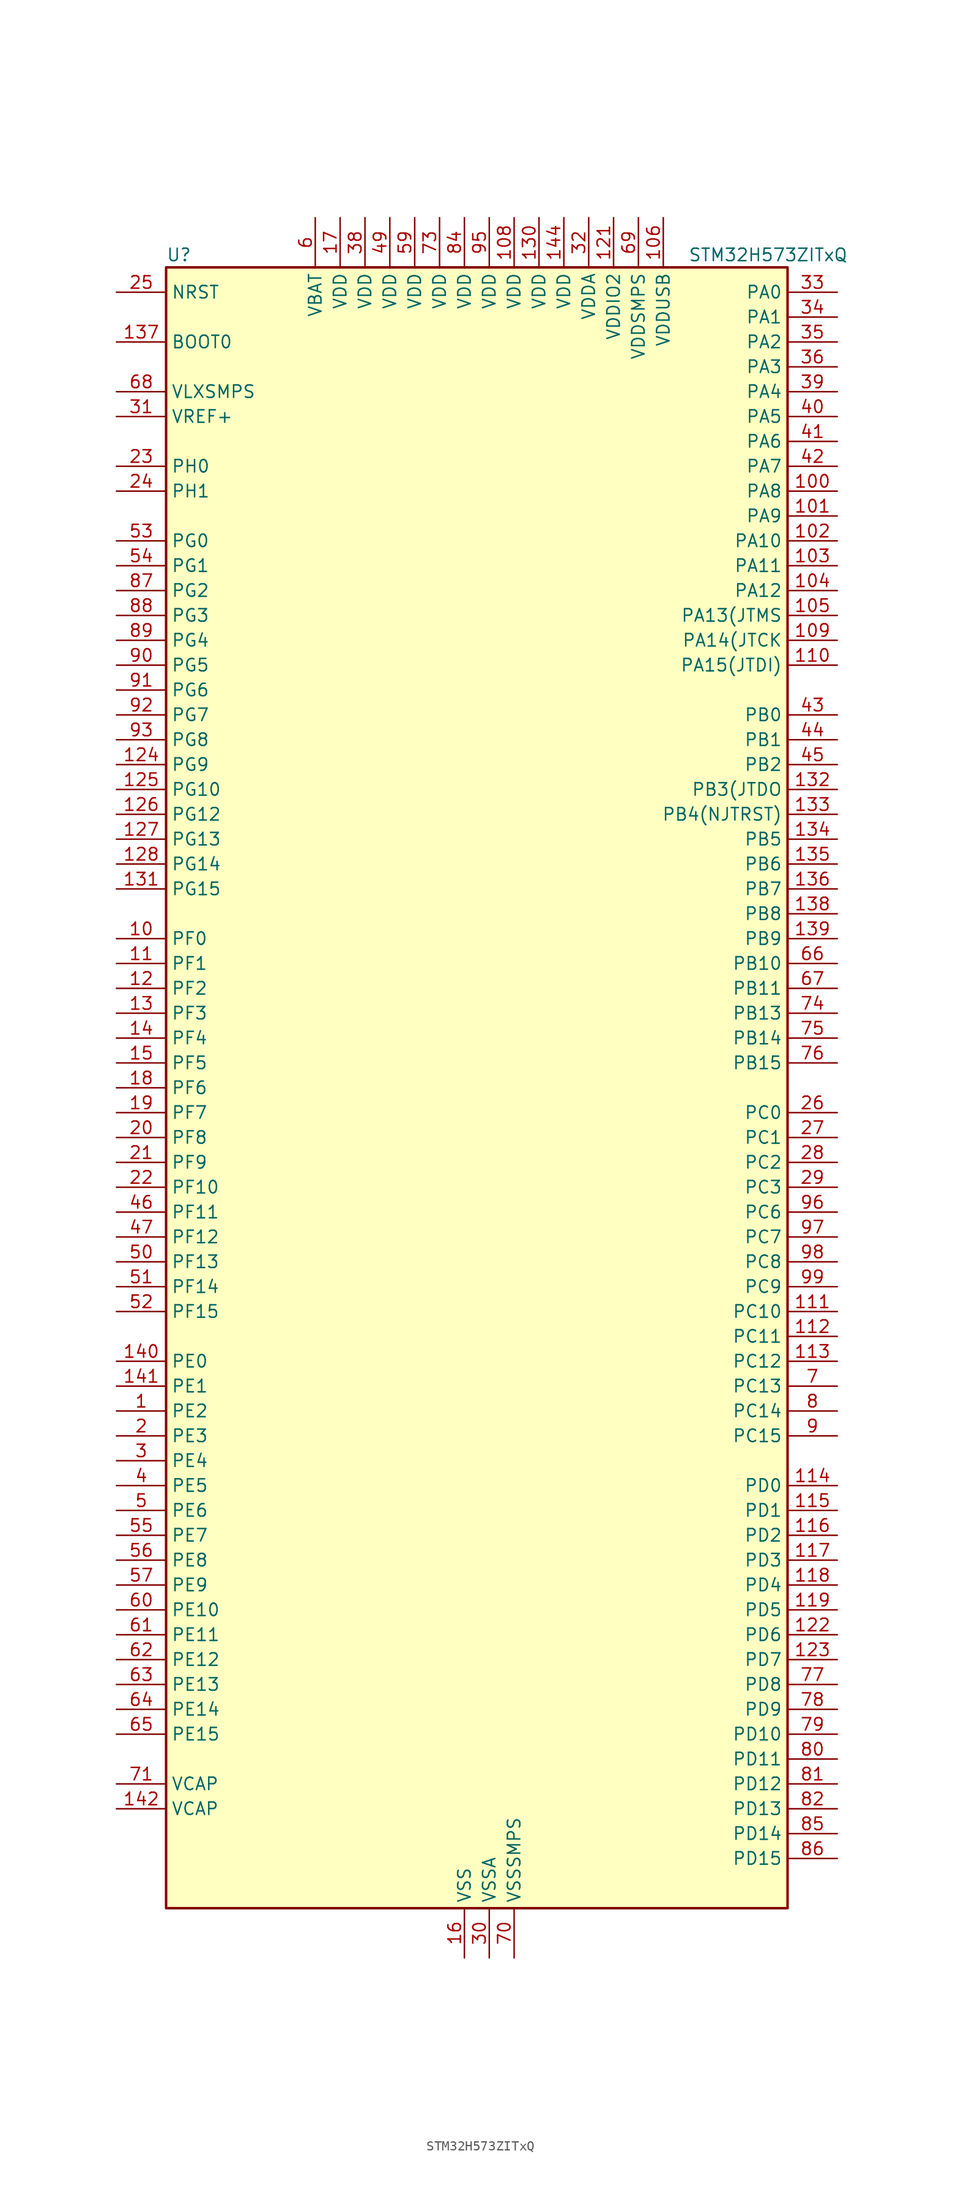
<source format=kicad_sym>
(kicad_symbol_lib
  (version 20231120)
  (generator "kicad-library-utils")
  (generator_version "8.0")
  (symbol "STM32H573ZITxQ"
    (property "Reference" "U"
      (at -30.48 85.09 0)
      (effects (font (size 1.27 1.27)) (justify left)))
    (property "Value" "STM32H573ZITxQ"
      (at 22.86 85.09 0)
      (effects (font (size 1.27 1.27)) (justify left)))
    (symbol "STM32H573ZITxQ_0_1"
      (rectangle (start -30.48 -83.82) (end 33.02 83.82) (stroke (width 0.254) (type default)) (fill (type background))))
    (symbol "STM32H573ZITxQ_1_1"
      (pin bidirectional line (at -35.56 -33.02 0) (length 5.08) (name "PE2" (effects (font (size 1.27 1.27)))) (number "1" (effects (font (size 1.27 1.27)))) (alternate "DCMI_D3" bidirectional line) (alternate "DEBUG_TRACECLK" bidirectional line) (alternate "ETH_TXD3" bidirectional line) (alternate "FMC_A23" bidirectional line) (alternate "LPTIM1_IN2" bidirectional line) (alternate "OCTOSPI1_IO2" bidirectional line) (alternate "PSSI_D3" bidirectional line) (alternate "SAI1_CK1" bidirectional line) (alternate "SAI1_MCLK_A" bidirectional line) (alternate "SPI4_SCK" bidirectional line) (alternate "UART8_TX" bidirectional line) (alternate "USART10_RX" bidirectional line))
      (pin bidirectional line (at -35.56 15.24 0) (length 5.08) (name "PF0" (effects (font (size 1.27 1.27)))) (number "10" (effects (font (size 1.27 1.27)))) (alternate "FMC_A0" bidirectional line) (alternate "I2C2_SDA" bidirectional line) (alternate "LPTIM5_CH1" bidirectional line))
      (pin bidirectional line (at 38.1 60.96 180) (length 5.08) (name "PA8" (effects (font (size 1.27 1.27)))) (number "100" (effects (font (size 1.27 1.27)))) (alternate "DCMI_D3" bidirectional line) (alternate "FMC_NOE" bidirectional line) (alternate "I2C3_SCL" bidirectional line) (alternate "PSSI_D3" bidirectional line) (alternate "RCC_MCO_1" bidirectional line) (alternate "SPI1_RDY" bidirectional line) (alternate "TIM1_CH1" bidirectional line) (alternate "TIM8_BKIN2" bidirectional line) (alternate "UART7_RX" bidirectional line) (alternate "USART1_CK" bidirectional line) (alternate "USB_SOF" bidirectional line))
      (pin bidirectional line (at 38.1 58.42 180) (length 5.08) (name "PA9" (effects (font (size 1.27 1.27)))) (number "101" (effects (font (size 1.27 1.27)))) (alternate "DAC1_EXTI9" bidirectional line) (alternate "DCMI_D0" bidirectional line) (alternate "ETH_TX_ER" bidirectional line) (alternate "FMC_NWE" bidirectional line) (alternate "I2C3_SMBA" bidirectional line) (alternate "I2S2_CK" bidirectional line) (alternate "LPUART1_TX" bidirectional line) (alternate "PSSI_D0" bidirectional line) (alternate "SPI2_SCK" bidirectional line) (alternate "TIM1_CH2" bidirectional line) (alternate "UCPD1_DB1" bidirectional line) (alternate "USART1_TX" bidirectional line))
      (pin bidirectional line (at 38.1 55.88 180) (length 5.08) (name "PA10" (effects (font (size 1.27 1.27)))) (number "102" (effects (font (size 1.27 1.27)))) (alternate "DCMI_D1" bidirectional line) (alternate "FDCAN2_TX" bidirectional line) (alternate "LPTIM2_IN2" bidirectional line) (alternate "LPUART1_RX" bidirectional line) (alternate "PSSI_D1" bidirectional line) (alternate "SDMMC1_D0" bidirectional line) (alternate "TIM1_CH3" bidirectional line) (alternate "UCPD1_FRSTX" bidirectional line) (alternate "USART1_RX" bidirectional line))
      (pin bidirectional line (at 38.1 53.34 180) (length 5.08) (name "PA11" (effects (font (size 1.27 1.27)))) (number "103" (effects (font (size 1.27 1.27)))) (alternate "ADC1_EXTI11" bidirectional line) (alternate "ADC2_EXTI11" bidirectional line) (alternate "FDCAN1_RX" bidirectional line) (alternate "I2S2_WS" bidirectional line) (alternate "LPUART1_CTS" bidirectional line) (alternate "SPI2_NSS" bidirectional line) (alternate "TIM1_CH4" bidirectional line) (alternate "UART4_RX" bidirectional line) (alternate "USART1_CTS" bidirectional line) (alternate "USART1_NSS" bidirectional line) (alternate "USB_DM" bidirectional line))
      (pin bidirectional line (at 38.1 50.8 180) (length 5.08) (name "PA12" (effects (font (size 1.27 1.27)))) (number "104" (effects (font (size 1.27 1.27)))) (alternate "FDCAN1_TX" bidirectional line) (alternate "I2S2_CK" bidirectional line) (alternate "LPUART1_RTS" bidirectional line) (alternate "SAI2_FS_B" bidirectional line) (alternate "SPI2_SCK" bidirectional line) (alternate "TIM1_ETR" bidirectional line) (alternate "UART4_TX" bidirectional line) (alternate "USART1_RTS" bidirectional line) (alternate "USB_DP" bidirectional line))
      (pin bidirectional line (at 38.1 48.26 180) (length 5.08) (name "PA13(JTMS" (effects (font (size 1.27 1.27)))) (number "105" (effects (font (size 1.27 1.27)))) (alternate "DEBUG_JTMS-SWDIO" bidirectional line))
      (pin power_in line (at 20.32 88.9 270) (length 5.08) (name "VDDUSB" (effects (font (size 1.27 1.27)))) (number "106" (effects (font (size 1.27 1.27)))))
      (pin passive line (at 0 -88.9 90) (length 5.08) hide (name "VSS" (effects (font (size 1.27 1.27)))) (number "107" (effects (font (size 1.27 1.27)))))
      (pin power_in line (at 5.08 88.9 270) (length 5.08) (name "VDD" (effects (font (size 1.27 1.27)))) (number "108" (effects (font (size 1.27 1.27)))))
      (pin bidirectional line (at 38.1 45.72 180) (length 5.08) (name "PA14(JTCK" (effects (font (size 1.27 1.27)))) (number "109" (effects (font (size 1.27 1.27)))) (alternate "DEBUG_JTCK-SWCLK" bidirectional line))
      (pin bidirectional line (at -35.56 12.7 0) (length 5.08) (name "PF1" (effects (font (size 1.27 1.27)))) (number "11" (effects (font (size 1.27 1.27)))) (alternate "FMC_A1" bidirectional line) (alternate "I2C2_SCL" bidirectional line) (alternate "LPTIM5_CH2" bidirectional line))
      (pin bidirectional line (at 38.1 43.18 180) (length 5.08) (name "PA15(JTDI)" (effects (font (size 1.27 1.27)))) (number "110" (effects (font (size 1.27 1.27)))) (alternate "ADC1_EXTI15" bidirectional line) (alternate "ADC2_EXTI15" bidirectional line) (alternate "CEC" bidirectional line) (alternate "DCMI_D11" bidirectional line) (alternate "DEBUG_JTDI" bidirectional line) (alternate "FMC_NBL1" bidirectional line) (alternate "I2S1_WS" bidirectional line) (alternate "I2S3_WS" bidirectional line) (alternate "LPTIM3_IN2" bidirectional line) (alternate "PSSI_D11" bidirectional line) (alternate "SPI1_NSS" bidirectional line) (alternate "SPI3_NSS" bidirectional line) (alternate "SPI6_NSS" bidirectional line) (alternate "TIM2_CH1" bidirectional line) (alternate "TIM2_ETR" bidirectional line) (alternate "UART4_DE" bidirectional line) (alternate "UART4_RTS" bidirectional line) (alternate "UART7_TX" bidirectional line))
      (pin bidirectional line (at 38.1 -22.86 180) (length 5.08) (name "PC10" (effects (font (size 1.27 1.27)))) (number "111" (effects (font (size 1.27 1.27)))) (alternate "DCMI_D8" bidirectional line) (alternate "ETH_TXD0" bidirectional line) (alternate "I2S3_CK" bidirectional line) (alternate "LPTIM3_ETR" bidirectional line) (alternate "OCTOSPI1_IO1" bidirectional line) (alternate "PSSI_D8" bidirectional line) (alternate "SDMMC1_D2" bidirectional line) (alternate "SPI3_SCK" bidirectional line) (alternate "UART4_TX" bidirectional line) (alternate "USART3_TX" bidirectional line))
      (pin bidirectional line (at 38.1 -25.4 180) (length 5.08) (name "PC11" (effects (font (size 1.27 1.27)))) (number "112" (effects (font (size 1.27 1.27)))) (alternate "ADC1_EXTI11" bidirectional line) (alternate "ADC2_EXTI11" bidirectional line) (alternate "DCMI_D4" bidirectional line) (alternate "I2S3_SDI" bidirectional line) (alternate "LPTIM3_IN1" bidirectional line) (alternate "OCTOSPI1_NCS" bidirectional line) (alternate "PSSI_D4" bidirectional line) (alternate "SDMMC1_D3" bidirectional line) (alternate "SPI3_MISO" bidirectional line) (alternate "UART4_RX" bidirectional line) (alternate "USART3_RX" bidirectional line))
      (pin bidirectional line (at 38.1 -27.94 180) (length 5.08) (name "PC12" (effects (font (size 1.27 1.27)))) (number "113" (effects (font (size 1.27 1.27)))) (alternate "DCMI_D9" bidirectional line) (alternate "DEBUG_TRACED3" bidirectional line) (alternate "I2S3_SDO" bidirectional line) (alternate "PSSI_D9" bidirectional line) (alternate "SDMMC1_CK" bidirectional line) (alternate "SPI3_MOSI" bidirectional line) (alternate "SPI6_SCK" bidirectional line) (alternate "TIM15_CH1" bidirectional line) (alternate "UART5_TX" bidirectional line) (alternate "USART3_CK" bidirectional line))
      (pin bidirectional line (at 38.1 -40.64 180) (length 5.08) (name "PD0" (effects (font (size 1.27 1.27)))) (number "114" (effects (font (size 1.27 1.27)))) (alternate "FDCAN1_RX" bidirectional line) (alternate "FMC_D2" bidirectional line) (alternate "FMC_DA2" bidirectional line) (alternate "TIM8_CH4N" bidirectional line) (alternate "UART4_RX" bidirectional line) (alternate "UART9_CTS" bidirectional line))
      (pin bidirectional line (at 38.1 -43.18 180) (length 5.08) (name "PD1" (effects (font (size 1.27 1.27)))) (number "115" (effects (font (size 1.27 1.27)))) (alternate "FDCAN1_TX" bidirectional line) (alternate "FMC_D3" bidirectional line) (alternate "FMC_DA3" bidirectional line) (alternate "UART4_TX" bidirectional line))
      (pin bidirectional line (at 38.1 -45.72 180) (length 5.08) (name "PD2" (effects (font (size 1.27 1.27)))) (number "116" (effects (font (size 1.27 1.27)))) (alternate "DCMI_D11" bidirectional line) (alternate "DEBUG_TRACED2" bidirectional line) (alternate "LPTIM4_ETR" bidirectional line) (alternate "PSSI_D11" bidirectional line) (alternate "PWR_WKUP7" bidirectional line) (alternate "SDMMC1_CMD" bidirectional line) (alternate "TIM15_BKIN" bidirectional line) (alternate "TIM3_ETR" bidirectional line) (alternate "UART5_RX" bidirectional line))
      (pin bidirectional line (at 38.1 -48.26 180) (length 5.08) (name "PD3" (effects (font (size 1.27 1.27)))) (number "117" (effects (font (size 1.27 1.27)))) (alternate "DCMI_D5" bidirectional line) (alternate "FMC_CLK" bidirectional line) (alternate "I2S2_CK" bidirectional line) (alternate "PSSI_D5" bidirectional line) (alternate "PWR_WKUP8" bidirectional line) (alternate "SPI2_SCK" bidirectional line) (alternate "USART2_CTS" bidirectional line) (alternate "USART2_NSS" bidirectional line))
      (pin bidirectional line (at 38.1 -50.8 180) (length 5.08) (name "PD4" (effects (font (size 1.27 1.27)))) (number "118" (effects (font (size 1.27 1.27)))) (alternate "FMC_NOE" bidirectional line) (alternate "OCTOSPI1_IO4" bidirectional line) (alternate "USART2_RTS" bidirectional line))
      (pin bidirectional line (at 38.1 -53.34 180) (length 5.08) (name "PD5" (effects (font (size 1.27 1.27)))) (number "119" (effects (font (size 1.27 1.27)))) (alternate "FDCAN1_TX" bidirectional line) (alternate "FMC_NWE" bidirectional line) (alternate "OCTOSPI1_IO5" bidirectional line) (alternate "SPI2_RDY" bidirectional line) (alternate "TIM1_CH4N" bidirectional line) (alternate "USART2_TX" bidirectional line))
      (pin bidirectional line (at -35.56 10.16 0) (length 5.08) (name "PF2" (effects (font (size 1.27 1.27)))) (number "12" (effects (font (size 1.27 1.27)))) (alternate "FMC_A2" bidirectional line) (alternate "I2C2_SMBA" bidirectional line) (alternate "LPTIM3_CH2" bidirectional line) (alternate "LPTIM3_IN2" bidirectional line) (alternate "LPTIM5_IN1" bidirectional line) (alternate "UART12_TX" bidirectional line) (alternate "USART11_CK" bidirectional line))
      (pin passive line (at 0 -88.9 90) (length 5.08) hide (name "VSS" (effects (font (size 1.27 1.27)))) (number "120" (effects (font (size 1.27 1.27)))))
      (pin power_in line (at 15.24 88.9 270) (length 5.08) (name "VDDIO2" (effects (font (size 1.27 1.27)))) (number "121" (effects (font (size 1.27 1.27)))))
      (pin bidirectional line (at 38.1 -55.88 180) (length 5.08) (name "PD6" (effects (font (size 1.27 1.27)))) (number "122" (effects (font (size 1.27 1.27)))) (alternate "DCMI_D10" bidirectional line) (alternate "FMC_NWAIT" bidirectional line) (alternate "I2S3_SDO" bidirectional line) (alternate "OCTOSPI1_IO6" bidirectional line) (alternate "PSSI_D10" bidirectional line) (alternate "SAI1_D1" bidirectional line) (alternate "SAI1_SD_A" bidirectional line) (alternate "SDMMC2_CK" bidirectional line) (alternate "SPI3_MOSI" bidirectional line) (alternate "USART2_RX" bidirectional line))
      (pin bidirectional line (at 38.1 -58.42 180) (length 5.08) (name "PD7" (effects (font (size 1.27 1.27)))) (number "123" (effects (font (size 1.27 1.27)))) (alternate "FMC_NCE" bidirectional line) (alternate "FMC_NE1" bidirectional line) (alternate "I2S1_SDO" bidirectional line) (alternate "LPTIM4_OUT" bidirectional line) (alternate "OCTOSPI1_IO7" bidirectional line) (alternate "SDMMC2_CMD" bidirectional line) (alternate "SPI1_MOSI" bidirectional line) (alternate "USART2_CK" bidirectional line))
      (pin bidirectional line (at -35.56 33.02 0) (length 5.08) (name "PG9" (effects (font (size 1.27 1.27)))) (number "124" (effects (font (size 1.27 1.27)))) (alternate "DAC1_EXTI9" bidirectional line) (alternate "DCMI_VSYNC" bidirectional line) (alternate "FMC_NCE" bidirectional line) (alternate "FMC_NE2" bidirectional line) (alternate "I2S1_SDI" bidirectional line) (alternate "OCTOSPI1_IO6" bidirectional line) (alternate "PSSI_RDY" bidirectional line) (alternate "SAI2_FS_B" bidirectional line) (alternate "SDMMC2_D0" bidirectional line) (alternate "SPI1_MISO" bidirectional line) (alternate "USART6_RX" bidirectional line))
      (pin bidirectional line (at -35.56 30.48 0) (length 5.08) (name "PG10" (effects (font (size 1.27 1.27)))) (number "125" (effects (font (size 1.27 1.27)))) (alternate "DCMI_D2" bidirectional line) (alternate "FMC_NE3" bidirectional line) (alternate "I2S1_WS" bidirectional line) (alternate "PSSI_D2" bidirectional line) (alternate "SAI2_SD_B" bidirectional line) (alternate "SDMMC2_D1" bidirectional line) (alternate "SPI1_NSS" bidirectional line))
      (pin bidirectional line (at -35.56 27.94 0) (length 5.08) (name "PG12" (effects (font (size 1.27 1.27)))) (number "126" (effects (font (size 1.27 1.27)))) (alternate "DCMI_D11" bidirectional line) (alternate "ETH_TXD1" bidirectional line) (alternate "FMC_NE4" bidirectional line) (alternate "LPTIM1_IN1" bidirectional line) (alternate "LPTIM5_CH1" bidirectional line) (alternate "PSSI_D11" bidirectional line) (alternate "PSSI_D15" bidirectional line) (alternate "SDMMC2_D3" bidirectional line) (alternate "SPI6_MISO" bidirectional line) (alternate "USART10_TX" bidirectional line) (alternate "USART6_RTS" bidirectional line))
      (pin bidirectional line (at -35.56 25.4 0) (length 5.08) (name "PG13" (effects (font (size 1.27 1.27)))) (number "127" (effects (font (size 1.27 1.27)))) (alternate "DEBUG_TRACED0" bidirectional line) (alternate "ETH_TXD0" bidirectional line) (alternate "FMC_A24" bidirectional line) (alternate "LPTIM1_CH1" bidirectional line) (alternate "LPTIM5_CH2" bidirectional line) (alternate "SDMMC2_D6" bidirectional line) (alternate "SPI6_SCK" bidirectional line) (alternate "USART10_CTS" bidirectional line) (alternate "USART10_NSS" bidirectional line) (alternate "USART6_CTS" bidirectional line) (alternate "USART6_NSS" bidirectional line))
      (pin bidirectional line (at -35.56 22.86 0) (length 5.08) (name "PG14" (effects (font (size 1.27 1.27)))) (number "128" (effects (font (size 1.27 1.27)))) (alternate "DEBUG_TRACED1" bidirectional line) (alternate "ETH_TXD1" bidirectional line) (alternate "FMC_A25" bidirectional line) (alternate "LPTIM1_CH2" bidirectional line) (alternate "LPTIM1_ETR" bidirectional line) (alternate "LPTIM5_IN1" bidirectional line) (alternate "OCTOSPI1_IO7" bidirectional line) (alternate "SDMMC2_D7" bidirectional line) (alternate "SPI6_MOSI" bidirectional line) (alternate "USART10_RTS" bidirectional line) (alternate "USART6_TX" bidirectional line))
      (pin passive line (at 0 -88.9 90) (length 5.08) hide (name "VSS" (effects (font (size 1.27 1.27)))) (number "129" (effects (font (size 1.27 1.27)))))
      (pin bidirectional line (at -35.56 7.62 0) (length 5.08) (name "PF3" (effects (font (size 1.27 1.27)))) (number "13" (effects (font (size 1.27 1.27)))) (alternate "FMC_A3" bidirectional line) (alternate "LPTIM3_IN1" bidirectional line) (alternate "LPTIM5_IN2" bidirectional line) (alternate "USART11_TX" bidirectional line))
      (pin power_in line (at 7.62 88.9 270) (length 5.08) (name "VDD" (effects (font (size 1.27 1.27)))) (number "130" (effects (font (size 1.27 1.27)))))
      (pin bidirectional line (at -35.56 20.32 0) (length 5.08) (name "PG15" (effects (font (size 1.27 1.27)))) (number "131" (effects (font (size 1.27 1.27)))) (alternate "ADC1_EXTI15" bidirectional line) (alternate "ADC2_EXTI15" bidirectional line) (alternate "DCMI_D13" bidirectional line) (alternate "FMC_SDNCAS" bidirectional line) (alternate "PSSI_D13" bidirectional line) (alternate "SPI4_RDY" bidirectional line) (alternate "USART10_CK" bidirectional line) (alternate "USART6_CTS" bidirectional line) (alternate "USART6_NSS" bidirectional line))
      (pin bidirectional line (at 38.1 30.48 180) (length 5.08) (name "PB3(JTDO" (effects (font (size 1.27 1.27)))) (number "132" (effects (font (size 1.27 1.27)))) (alternate "CRS_SYNC" bidirectional line) (alternate "DEBUG_JTDO-SWO" bidirectional line) (alternate "I2C2_SDA" bidirectional line) (alternate "I2S1_CK" bidirectional line) (alternate "I2S3_CK" bidirectional line) (alternate "LPTIM6_ETR" bidirectional line) (alternate "SDMMC2_D2" bidirectional line) (alternate "SPI1_SCK" bidirectional line) (alternate "SPI3_SCK" bidirectional line) (alternate "SPI6_SCK" bidirectional line) (alternate "TIM2_CH2" bidirectional line) (alternate "UART12_CTS" bidirectional line) (alternate "UART7_RX" bidirectional line))
      (pin bidirectional line (at 38.1 27.94 180) (length 5.08) (name "PB4(NJTRST)" (effects (font (size 1.27 1.27)))) (number "133" (effects (font (size 1.27 1.27)))) (alternate "DCMI_D7" bidirectional line) (alternate "DEBUG_JTRST" bidirectional line) (alternate "I2S1_SDI" bidirectional line) (alternate "I2S2_WS" bidirectional line) (alternate "I2S3_SDI" bidirectional line) (alternate "LPTIM1_CH2" bidirectional line) (alternate "OCTOSPI1_CLK" bidirectional line) (alternate "PSSI_D7" bidirectional line) (alternate "SDMMC2_D3" bidirectional line) (alternate "SPI1_MISO" bidirectional line) (alternate "SPI2_NSS" bidirectional line) (alternate "SPI3_MISO" bidirectional line) (alternate "SPI6_MISO" bidirectional line) (alternate "TIM16_BKIN" bidirectional line) (alternate "TIM3_CH1" bidirectional line) (alternate "UART7_TX" bidirectional line))
      (pin bidirectional line (at 38.1 25.4 180) (length 5.08) (name "PB5" (effects (font (size 1.27 1.27)))) (number "134" (effects (font (size 1.27 1.27)))) (alternate "DCMI_D10" bidirectional line) (alternate "ETH_PPS_OUT" bidirectional line) (alternate "FDCAN2_RX" bidirectional line) (alternate "FMC_SDCKE1" bidirectional line) (alternate "I2C1_SMBA" bidirectional line) (alternate "I2C4_SMBA" bidirectional line) (alternate "I2S1_SDO" bidirectional line) (alternate "I2S3_SDO" bidirectional line) (alternate "OCTOSPI1_NCLK" bidirectional line) (alternate "PSSI_D10" bidirectional line) (alternate "SPI1_MOSI" bidirectional line) (alternate "SPI3_MOSI" bidirectional line) (alternate "SPI6_MOSI" bidirectional line) (alternate "TIM17_BKIN" bidirectional line) (alternate "TIM3_CH2" bidirectional line) (alternate "UART5_RX" bidirectional line))
      (pin bidirectional line (at 38.1 22.86 180) (length 5.08) (name "PB6" (effects (font (size 1.27 1.27)))) (number "135" (effects (font (size 1.27 1.27)))) (alternate "CEC" bidirectional line) (alternate "DCMI_D5" bidirectional line) (alternate "FDCAN2_TX" bidirectional line) (alternate "FMC_SDNE1" bidirectional line) (alternate "I2C1_SCL" bidirectional line) (alternate "I2C4_SCL" bidirectional line) (alternate "I3C1_SCL" bidirectional line) (alternate "LPUART1_TX" bidirectional line) (alternate "OCTOSPI1_NCS" bidirectional line) (alternate "PSSI_D5" bidirectional line) (alternate "TIM16_CH1N" bidirectional line) (alternate "TIM4_CH1" bidirectional line) (alternate "UART5_TX" bidirectional line) (alternate "USART1_TX" bidirectional line))
      (pin bidirectional line (at 38.1 20.32 180) (length 5.08) (name "PB7" (effects (font (size 1.27 1.27)))) (number "136" (effects (font (size 1.27 1.27)))) (alternate "DCMI_VSYNC" bidirectional line) (alternate "FDCAN1_TX" bidirectional line) (alternate "FMC_NL" bidirectional line) (alternate "I2C1_SDA" bidirectional line) (alternate "I2C4_SDA" bidirectional line) (alternate "I3C1_SDA" bidirectional line) (alternate "LPUART1_RX" bidirectional line) (alternate "PSSI_RDY" bidirectional line) (alternate "PWR_WKUP5" bidirectional line) (alternate "SDMMC2_CKIN" bidirectional line) (alternate "SDMMC2_D5" bidirectional line) (alternate "TIM17_CH1N" bidirectional line) (alternate "TIM4_CH2" bidirectional line) (alternate "USART1_RX" bidirectional line))
      (pin input line (at -35.56 76.2 0) (length 5.08) (name "BOOT0" (effects (font (size 1.27 1.27)))) (number "137" (effects (font (size 1.27 1.27)))))
      (pin bidirectional line (at 38.1 17.78 180) (length 5.08) (name "PB8" (effects (font (size 1.27 1.27)))) (number "138" (effects (font (size 1.27 1.27)))) (alternate "DCMI_D6" bidirectional line) (alternate "ETH_TXD3" bidirectional line) (alternate "FDCAN1_RX" bidirectional line) (alternate "I2C1_SCL" bidirectional line) (alternate "I2C4_SCL" bidirectional line) (alternate "I3C1_SCL" bidirectional line) (alternate "PSSI_D6" bidirectional line) (alternate "SDMMC1_CKIN" bidirectional line) (alternate "SDMMC1_D4" bidirectional line) (alternate "SDMMC2_D4" bidirectional line) (alternate "SPI4_RDY" bidirectional line) (alternate "TIM16_CH1" bidirectional line) (alternate "TIM4_CH3" bidirectional line) (alternate "UART4_RX" bidirectional line))
      (pin bidirectional line (at 38.1 15.24 180) (length 5.08) (name "PB9" (effects (font (size 1.27 1.27)))) (number "139" (effects (font (size 1.27 1.27)))) (alternate "DAC1_EXTI9" bidirectional line) (alternate "DCMI_D7" bidirectional line) (alternate "FDCAN1_TX" bidirectional line) (alternate "I2C1_SDA" bidirectional line) (alternate "I2C4_SDA" bidirectional line) (alternate "I2S2_WS" bidirectional line) (alternate "I3C1_SDA" bidirectional line) (alternate "PSSI_D7" bidirectional line) (alternate "SDMMC1_CDIR" bidirectional line) (alternate "SDMMC1_D5" bidirectional line) (alternate "SDMMC2_CKIN" bidirectional line) (alternate "SDMMC2_D5" bidirectional line) (alternate "SPI2_NSS" bidirectional line) (alternate "TIM17_CH1" bidirectional line) (alternate "TIM4_CH4" bidirectional line) (alternate "UART4_TX" bidirectional line))
      (pin bidirectional line (at -35.56 5.08 0) (length 5.08) (name "PF4" (effects (font (size 1.27 1.27)))) (number "14" (effects (font (size 1.27 1.27)))) (alternate "FMC_A4" bidirectional line) (alternate "LPTIM3_ETR" bidirectional line) (alternate "USART11_RX" bidirectional line))
      (pin bidirectional line (at -35.56 -27.94 0) (length 5.08) (name "PE0" (effects (font (size 1.27 1.27)))) (number "140" (effects (font (size 1.27 1.27)))) (alternate "DCMI_D2" bidirectional line) (alternate "FDCAN1_RX" bidirectional line) (alternate "FMC_NBL0" bidirectional line) (alternate "LPTIM1_ETR" bidirectional line) (alternate "LPTIM2_CH2" bidirectional line) (alternate "LPTIM2_ETR" bidirectional line) (alternate "PSSI_D2" bidirectional line) (alternate "SAI2_MCLK_A" bidirectional line) (alternate "SPI3_RDY" bidirectional line) (alternate "TIM4_ETR" bidirectional line) (alternate "UART8_RX" bidirectional line))
      (pin bidirectional line (at -35.56 -30.48 0) (length 5.08) (name "PE1" (effects (font (size 1.27 1.27)))) (number "141" (effects (font (size 1.27 1.27)))) (alternate "DCMI_D3" bidirectional line) (alternate "FDCAN1_TX" bidirectional line) (alternate "FMC_NBL1" bidirectional line) (alternate "LPTIM1_IN2" bidirectional line) (alternate "PSSI_D3" bidirectional line) (alternate "UART8_TX" bidirectional line))
      (pin power_out line (at -35.56 -73.66 0) (length 5.08) (name "VCAP" (effects (font (size 1.27 1.27)))) (number "142" (effects (font (size 1.27 1.27)))))
      (pin passive line (at 0 -88.9 90) (length 5.08) hide (name "VSS" (effects (font (size 1.27 1.27)))) (number "143" (effects (font (size 1.27 1.27)))))
      (pin power_in line (at 10.16 88.9 270) (length 5.08) (name "VDD" (effects (font (size 1.27 1.27)))) (number "144" (effects (font (size 1.27 1.27)))))
      (pin bidirectional line (at -35.56 2.54 0) (length 5.08) (name "PF5" (effects (font (size 1.27 1.27)))) (number "15" (effects (font (size 1.27 1.27)))) (alternate "FMC_A5" bidirectional line) (alternate "I2C4_SCL" bidirectional line) (alternate "I3C1_SCL" bidirectional line) (alternate "LPTIM3_CH1" bidirectional line) (alternate "LPTIM3_IN1" bidirectional line) (alternate "UART12_RX" bidirectional line) (alternate "USART11_CTS" bidirectional line) (alternate "USART11_NSS" bidirectional line))
      (pin power_in line (at 0 -88.9 90) (length 5.08) (name "VSS" (effects (font (size 1.27 1.27)))) (number "16" (effects (font (size 1.27 1.27)))))
      (pin power_in line (at -12.7 88.9 270) (length 5.08) (name "VDD" (effects (font (size 1.27 1.27)))) (number "17" (effects (font (size 1.27 1.27)))))
      (pin bidirectional line (at -35.56 0 0) (length 5.08) (name "PF6" (effects (font (size 1.27 1.27)))) (number "18" (effects (font (size 1.27 1.27)))) (alternate "LPTIM5_CH1" bidirectional line) (alternate "OCTOSPI1_IO3" bidirectional line) (alternate "SAI1_SD_B" bidirectional line) (alternate "SPI5_NSS" bidirectional line) (alternate "TIM16_CH1" bidirectional line) (alternate "UART7_RX" bidirectional line))
      (pin bidirectional line (at -35.56 -2.54 0) (length 5.08) (name "PF7" (effects (font (size 1.27 1.27)))) (number "19" (effects (font (size 1.27 1.27)))) (alternate "LPTIM5_CH2" bidirectional line) (alternate "OCTOSPI1_IO2" bidirectional line) (alternate "SAI1_MCLK_B" bidirectional line) (alternate "SPI5_SCK" bidirectional line) (alternate "TIM17_CH1" bidirectional line) (alternate "UART7_TX" bidirectional line))
      (pin bidirectional line (at -35.56 -35.56 0) (length 5.08) (name "PE3" (effects (font (size 1.27 1.27)))) (number "2" (effects (font (size 1.27 1.27)))) (alternate "DEBUG_TRACED0" bidirectional line) (alternate "FMC_A19" bidirectional line) (alternate "SAI1_SD_B" bidirectional line) (alternate "TAMP_IN6" bidirectional line) (alternate "TAMP_OUT3" bidirectional line) (alternate "TIM15_BKIN" bidirectional line) (alternate "USART10_TX" bidirectional line))
      (pin bidirectional line (at -35.56 -5.08 0) (length 5.08) (name "PF8" (effects (font (size 1.27 1.27)))) (number "20" (effects (font (size 1.27 1.27)))) (alternate "LPTIM5_IN1" bidirectional line) (alternate "OCTOSPI1_IO0" bidirectional line) (alternate "SAI1_SCK_B" bidirectional line) (alternate "SPI5_MISO" bidirectional line) (alternate "TIM13_CH1" bidirectional line) (alternate "TIM16_CH1N" bidirectional line) (alternate "UART7_RTS" bidirectional line))
      (pin bidirectional line (at -35.56 -7.62 0) (length 5.08) (name "PF9" (effects (font (size 1.27 1.27)))) (number "21" (effects (font (size 1.27 1.27)))) (alternate "DAC1_EXTI9" bidirectional line) (alternate "LPTIM5_IN2" bidirectional line) (alternate "OCTOSPI1_IO1" bidirectional line) (alternate "SAI1_FS_B" bidirectional line) (alternate "SPI5_MOSI" bidirectional line) (alternate "TIM14_CH1" bidirectional line) (alternate "TIM17_CH1N" bidirectional line) (alternate "UART7_CTS" bidirectional line))
      (pin bidirectional line (at -35.56 -10.16 0) (length 5.08) (name "PF10" (effects (font (size 1.27 1.27)))) (number "22" (effects (font (size 1.27 1.27)))) (alternate "DCMI_D11" bidirectional line) (alternate "OCTOSPI1_CLK" bidirectional line) (alternate "PSSI_D11" bidirectional line) (alternate "PSSI_D15" bidirectional line) (alternate "SAI1_D3" bidirectional line) (alternate "TIM16_BKIN" bidirectional line))
      (pin bidirectional line (at -35.56 63.5 0) (length 5.08) (name "PH0" (effects (font (size 1.27 1.27)))) (number "23" (effects (font (size 1.27 1.27)))) (alternate "RCC_OSC_IN" bidirectional line))
      (pin bidirectional line (at -35.56 60.96 0) (length 5.08) (name "PH1" (effects (font (size 1.27 1.27)))) (number "24" (effects (font (size 1.27 1.27)))) (alternate "RCC_OSC_OUT" bidirectional line))
      (pin input line (at -35.56 81.28 0) (length 5.08) (name "NRST" (effects (font (size 1.27 1.27)))) (number "25" (effects (font (size 1.27 1.27)))))
      (pin bidirectional line (at 38.1 -2.54 180) (length 5.08) (name "PC0" (effects (font (size 1.27 1.27)))) (number "26" (effects (font (size 1.27 1.27)))) (alternate "ADC1_INP10" bidirectional line) (alternate "ADC2_INP10" bidirectional line) (alternate "FMC_A25" bidirectional line) (alternate "FMC_SDNWE" bidirectional line) (alternate "OCTOSPI1_IO7" bidirectional line) (alternate "SAI1_MCLK_A" bidirectional line) (alternate "SAI2_FS_B" bidirectional line) (alternate "SPI2_RDY" bidirectional line) (alternate "TIM16_BKIN" bidirectional line))
      (pin bidirectional line (at 38.1 -5.08 180) (length 5.08) (name "PC1" (effects (font (size 1.27 1.27)))) (number "27" (effects (font (size 1.27 1.27)))) (alternate "ADC1_INN10" bidirectional line) (alternate "ADC1_INP11" bidirectional line) (alternate "ADC2_INN10" bidirectional line) (alternate "ADC2_INP11" bidirectional line) (alternate "DEBUG_TRACED0" bidirectional line) (alternate "ETH_MDC" bidirectional line) (alternate "I2S2_SDO" bidirectional line) (alternate "OCTOSPI1_IO4" bidirectional line) (alternate "PWR_WKUP6" bidirectional line) (alternate "SAI1_D1" bidirectional line) (alternate "SAI1_SD_A" bidirectional line) (alternate "SAI2_SD_A" bidirectional line) (alternate "SDMMC2_CK" bidirectional line) (alternate "SPI2_MOSI" bidirectional line) (alternate "TAMP_IN3" bidirectional line) (alternate "TAMP_OUT5" bidirectional line) (alternate "USART11_RTS" bidirectional line))
      (pin bidirectional line (at 38.1 -7.62 180) (length 5.08) (name "PC2" (effects (font (size 1.27 1.27)))) (number "28" (effects (font (size 1.27 1.27)))) (alternate "ADC1_INN11" bidirectional line) (alternate "ADC1_INP12" bidirectional line) (alternate "ADC2_INN11" bidirectional line) (alternate "ADC2_INP12" bidirectional line) (alternate "ETH_TXD2" bidirectional line) (alternate "FMC_SDNE0" bidirectional line) (alternate "I2S2_SDI" bidirectional line) (alternate "OCTOSPI1_IO2" bidirectional line) (alternate "OCTOSPI1_IO5" bidirectional line) (alternate "PWR_CSLEEP" bidirectional line) (alternate "SPI2_MISO" bidirectional line) (alternate "TIM17_CH1" bidirectional line) (alternate "TIM4_CH4" bidirectional line))
      (pin bidirectional line (at 38.1 -10.16 180) (length 5.08) (name "PC3" (effects (font (size 1.27 1.27)))) (number "29" (effects (font (size 1.27 1.27)))) (alternate "ADC1_INN12" bidirectional line) (alternate "ADC1_INP13" bidirectional line) (alternate "ADC2_INN12" bidirectional line) (alternate "ADC2_INP13" bidirectional line) (alternate "ETH_TX_CLK" bidirectional line) (alternate "FMC_SDCKE0" bidirectional line) (alternate "I2S2_SDO" bidirectional line) (alternate "LPTIM3_CH1" bidirectional line) (alternate "OCTOSPI1_IO0" bidirectional line) (alternate "OCTOSPI1_IO6" bidirectional line) (alternate "PWR_CSTOP" bidirectional line) (alternate "SAI1_D3" bidirectional line) (alternate "SPI2_MOSI" bidirectional line))
      (pin bidirectional line (at -35.56 -38.1 0) (length 5.08) (name "PE4" (effects (font (size 1.27 1.27)))) (number "3" (effects (font (size 1.27 1.27)))) (alternate "DCMI_D4" bidirectional line) (alternate "DEBUG_TRACED1" bidirectional line) (alternate "FMC_A20" bidirectional line) (alternate "PSSI_D4" bidirectional line) (alternate "SAI1_D2" bidirectional line) (alternate "SAI1_FS_A" bidirectional line) (alternate "SPI4_NSS" bidirectional line) (alternate "TAMP_IN7" bidirectional line) (alternate "TAMP_OUT8" bidirectional line) (alternate "TIM15_CH1N" bidirectional line))
      (pin power_in line (at 2.54 -88.9 90) (length 5.08) (name "VSSA" (effects (font (size 1.27 1.27)))) (number "30" (effects (font (size 1.27 1.27)))))
      (pin input line (at -35.56 68.58 0) (length 5.08) (name "VREF+" (effects (font (size 1.27 1.27)))) (number "31" (effects (font (size 1.27 1.27)))))
      (pin power_in line (at 12.7 88.9 270) (length 5.08) (name "VDDA" (effects (font (size 1.27 1.27)))) (number "32" (effects (font (size 1.27 1.27)))))
      (pin bidirectional line (at 38.1 81.28 180) (length 5.08) (name "PA0" (effects (font (size 1.27 1.27)))) (number "33" (effects (font (size 1.27 1.27)))) (alternate "ADC1_INN1" bidirectional line) (alternate "ADC1_INP0" bidirectional line) (alternate "ADC2_INN1" bidirectional line) (alternate "ADC2_INP0" bidirectional line) (alternate "ETH_CRS" bidirectional line) (alternate "PWR_WKUP1" bidirectional line) (alternate "SAI2_SD_B" bidirectional line) (alternate "SDMMC2_CMD" bidirectional line) (alternate "SPI3_RDY" bidirectional line) (alternate "SPI6_NSS" bidirectional line) (alternate "TAMP_IN2" bidirectional line) (alternate "TAMP_OUT1" bidirectional line) (alternate "TIM15_BKIN" bidirectional line) (alternate "TIM2_CH1" bidirectional line) (alternate "TIM2_ETR" bidirectional line) (alternate "TIM5_CH1" bidirectional line) (alternate "TIM8_ETR" bidirectional line) (alternate "UART4_TX" bidirectional line) (alternate "USART2_CTS" bidirectional line) (alternate "USART2_NSS" bidirectional line))
      (pin bidirectional line (at 38.1 78.74 180) (length 5.08) (name "PA1" (effects (font (size 1.27 1.27)))) (number "34" (effects (font (size 1.27 1.27)))) (alternate "ADC1_INP1" bidirectional line) (alternate "ADC2_INP1" bidirectional line) (alternate "ETH_REF_CLK" bidirectional line) (alternate "ETH_RX_CLK" bidirectional line) (alternate "LPTIM1_IN1" bidirectional line) (alternate "OCTOSPI1_DQS" bidirectional line) (alternate "OCTOSPI1_IO3" bidirectional line) (alternate "SAI2_MCLK_B" bidirectional line) (alternate "TAMP_IN5" bidirectional line) (alternate "TAMP_OUT4" bidirectional line) (alternate "TIM15_CH1N" bidirectional line) (alternate "TIM2_CH2" bidirectional line) (alternate "TIM5_CH2" bidirectional line) (alternate "UART4_RX" bidirectional line) (alternate "USART2_RTS" bidirectional line))
      (pin bidirectional line (at 38.1 76.2 180) (length 5.08) (name "PA2" (effects (font (size 1.27 1.27)))) (number "35" (effects (font (size 1.27 1.27)))) (alternate "ADC1_INP14" bidirectional line) (alternate "ADC2_INP14" bidirectional line) (alternate "ETH_MDIO" bidirectional line) (alternate "LPTIM1_IN2" bidirectional line) (alternate "PWR_WKUP2" bidirectional line) (alternate "SAI2_SCK_B" bidirectional line) (alternate "TAMP_IN4" bidirectional line) (alternate "TAMP_OUT3" bidirectional line) (alternate "TIM15_CH1" bidirectional line) (alternate "TIM2_CH3" bidirectional line) (alternate "TIM5_CH3" bidirectional line) (alternate "USART2_TX" bidirectional line))
      (pin bidirectional line (at 38.1 73.66 180) (length 5.08) (name "PA3" (effects (font (size 1.27 1.27)))) (number "36" (effects (font (size 1.27 1.27)))) (alternate "ADC1_INP15" bidirectional line) (alternate "ADC2_INP15" bidirectional line) (alternate "ETH_COL" bidirectional line) (alternate "I2S2_WS" bidirectional line) (alternate "OCTOSPI1_CLK" bidirectional line) (alternate "SAI1_SD_B" bidirectional line) (alternate "SPI2_NSS" bidirectional line) (alternate "TIM15_CH2" bidirectional line) (alternate "TIM2_CH4" bidirectional line) (alternate "TIM5_CH4" bidirectional line) (alternate "USART2_RX" bidirectional line))
      (pin passive line (at 0 -88.9 90) (length 5.08) hide (name "VSS" (effects (font (size 1.27 1.27)))) (number "37" (effects (font (size 1.27 1.27)))))
      (pin power_in line (at -10.16 88.9 270) (length 5.08) (name "VDD" (effects (font (size 1.27 1.27)))) (number "38" (effects (font (size 1.27 1.27)))))
      (pin bidirectional line (at 38.1 71.12 180) (length 5.08) (name "PA4" (effects (font (size 1.27 1.27)))) (number "39" (effects (font (size 1.27 1.27)))) (alternate "ADC1_INP18" bidirectional line) (alternate "ADC2_INP18" bidirectional line) (alternate "DAC1_OUT1" bidirectional line) (alternate "DCMI_HSYNC" bidirectional line) (alternate "I2S1_WS" bidirectional line) (alternate "I2S3_WS" bidirectional line) (alternate "LPTIM2_CH1" bidirectional line) (alternate "PSSI_DE" bidirectional line) (alternate "SPI1_NSS" bidirectional line) (alternate "SPI3_NSS" bidirectional line) (alternate "SPI6_NSS" bidirectional line) (alternate "TIM5_ETR" bidirectional line) (alternate "USART2_CK" bidirectional line))
      (pin bidirectional line (at -35.56 -40.64 0) (length 5.08) (name "PE5" (effects (font (size 1.27 1.27)))) (number "4" (effects (font (size 1.27 1.27)))) (alternate "DCMI_D6" bidirectional line) (alternate "DEBUG_TRACED2" bidirectional line) (alternate "FMC_A21" bidirectional line) (alternate "PSSI_D6" bidirectional line) (alternate "SAI1_CK2" bidirectional line) (alternate "SAI1_SCK_A" bidirectional line) (alternate "SPI4_MISO" bidirectional line) (alternate "TAMP_IN8" bidirectional line) (alternate "TAMP_OUT7" bidirectional line) (alternate "TIM15_CH1" bidirectional line))
      (pin bidirectional line (at 38.1 68.58 180) (length 5.08) (name "PA5" (effects (font (size 1.27 1.27)))) (number "40" (effects (font (size 1.27 1.27)))) (alternate "ADC1_INN18" bidirectional line) (alternate "ADC1_INP19" bidirectional line) (alternate "ADC2_INN18" bidirectional line) (alternate "ADC2_INP19" bidirectional line) (alternate "DAC1_OUT2" bidirectional line) (alternate "ETH_TX_EN" bidirectional line) (alternate "I2S1_CK" bidirectional line) (alternate "PSSI_D14" bidirectional line) (alternate "SPI1_SCK" bidirectional line) (alternate "SPI6_SCK" bidirectional line) (alternate "TIM2_CH1" bidirectional line) (alternate "TIM2_ETR" bidirectional line) (alternate "TIM8_CH1N" bidirectional line))
      (pin bidirectional line (at 38.1 66.04 180) (length 5.08) (name "PA6" (effects (font (size 1.27 1.27)))) (number "41" (effects (font (size 1.27 1.27)))) (alternate "ADC1_INP3" bidirectional line) (alternate "ADC2_INP3" bidirectional line) (alternate "DCMI_PIXCLK" bidirectional line) (alternate "I2S1_SDI" bidirectional line) (alternate "OCTOSPI1_IO3" bidirectional line) (alternate "PSSI_PDCK" bidirectional line) (alternate "SPI1_MISO" bidirectional line) (alternate "SPI6_MISO" bidirectional line) (alternate "TIM13_CH1" bidirectional line) (alternate "TIM1_BKIN" bidirectional line) (alternate "TIM3_CH1" bidirectional line) (alternate "TIM8_BKIN" bidirectional line) (alternate "USART11_TX" bidirectional line))
      (pin bidirectional line (at 38.1 63.5 180) (length 5.08) (name "PA7" (effects (font (size 1.27 1.27)))) (number "42" (effects (font (size 1.27 1.27)))) (alternate "ADC1_INN3" bidirectional line) (alternate "ADC1_INP7" bidirectional line) (alternate "ADC2_INN3" bidirectional line) (alternate "ADC2_INP7" bidirectional line) (alternate "ETH_CRS_DV" bidirectional line) (alternate "ETH_RX_DV" bidirectional line) (alternate "FMC_NWE" bidirectional line) (alternate "FMC_SDNWE" bidirectional line) (alternate "I2S1_SDO" bidirectional line) (alternate "OCTOSPI1_IO2" bidirectional line) (alternate "SPI1_MOSI" bidirectional line) (alternate "SPI6_MOSI" bidirectional line) (alternate "TIM14_CH1" bidirectional line) (alternate "TIM1_CH1N" bidirectional line) (alternate "TIM3_CH2" bidirectional line) (alternate "TIM8_CH1N" bidirectional line) (alternate "USART11_RX" bidirectional line))
      (pin bidirectional line (at 38.1 38.1 180) (length 5.08) (name "PB0" (effects (font (size 1.27 1.27)))) (number "43" (effects (font (size 1.27 1.27)))) (alternate "ADC1_INN5" bidirectional line) (alternate "ADC1_INP9" bidirectional line) (alternate "ADC2_INN5" bidirectional line) (alternate "ADC2_INP9" bidirectional line) (alternate "ETH_RXD2" bidirectional line) (alternate "LPTIM3_CH1" bidirectional line) (alternate "OCTOSPI1_IO1" bidirectional line) (alternate "TIM1_CH2N" bidirectional line) (alternate "TIM3_CH3" bidirectional line) (alternate "TIM8_CH2N" bidirectional line) (alternate "UART4_CTS" bidirectional line) (alternate "USART11_CK" bidirectional line))
      (pin bidirectional line (at 38.1 35.56 180) (length 5.08) (name "PB1" (effects (font (size 1.27 1.27)))) (number "44" (effects (font (size 1.27 1.27)))) (alternate "ADC1_INP5" bidirectional line) (alternate "ADC2_INP5" bidirectional line) (alternate "ETH_RXD3" bidirectional line) (alternate "LPTIM3_CH2" bidirectional line) (alternate "OCTOSPI1_IO0" bidirectional line) (alternate "TIM1_CH3N" bidirectional line) (alternate "TIM3_CH4" bidirectional line) (alternate "TIM8_CH3N" bidirectional line))
      (pin bidirectional line (at 38.1 33.02 180) (length 5.08) (name "PB2" (effects (font (size 1.27 1.27)))) (number "45" (effects (font (size 1.27 1.27)))) (alternate "I2S3_SDO" bidirectional line) (alternate "LPTIM1_CH1" bidirectional line) (alternate "LPTIM5_ETR" bidirectional line) (alternate "OCTOSPI1_CLK" bidirectional line) (alternate "OCTOSPI1_DQS" bidirectional line) (alternate "RCC_LSCO" bidirectional line) (alternate "RTC_OUT2" bidirectional line) (alternate "SAI1_D1" bidirectional line) (alternate "SAI1_SD_A" bidirectional line) (alternate "SDMMC1_CMD" bidirectional line) (alternate "SPI1_RDY" bidirectional line) (alternate "SPI3_MOSI" bidirectional line) (alternate "TIM8_CH4N" bidirectional line))
      (pin bidirectional line (at -35.56 -12.7 0) (length 5.08) (name "PF11" (effects (font (size 1.27 1.27)))) (number "46" (effects (font (size 1.27 1.27)))) (alternate "ADC1_EXTI11" bidirectional line) (alternate "ADC1_INP2" bidirectional line) (alternate "ADC2_EXTI11" bidirectional line) (alternate "DCMI_D12" bidirectional line) (alternate "FMC_SDNRAS" bidirectional line) (alternate "LPTIM6_CH1" bidirectional line) (alternate "OCTOSPI1_NCLK" bidirectional line) (alternate "PSSI_D12" bidirectional line) (alternate "SAI2_SD_B" bidirectional line) (alternate "SPI5_MOSI" bidirectional line))
      (pin bidirectional line (at -35.56 -15.24 0) (length 5.08) (name "PF12" (effects (font (size 1.27 1.27)))) (number "47" (effects (font (size 1.27 1.27)))) (alternate "ADC1_INN2" bidirectional line) (alternate "ADC1_INP6" bidirectional line) (alternate "FMC_A6" bidirectional line) (alternate "LPTIM6_CH2" bidirectional line))
      (pin passive line (at 0 -88.9 90) (length 5.08) hide (name "VSS" (effects (font (size 1.27 1.27)))) (number "48" (effects (font (size 1.27 1.27)))))
      (pin power_in line (at -7.62 88.9 270) (length 5.08) (name "VDD" (effects (font (size 1.27 1.27)))) (number "49" (effects (font (size 1.27 1.27)))))
      (pin bidirectional line (at -35.56 -43.18 0) (length 5.08) (name "PE6" (effects (font (size 1.27 1.27)))) (number "5" (effects (font (size 1.27 1.27)))) (alternate "DCMI_D7" bidirectional line) (alternate "DEBUG_TRACED3" bidirectional line) (alternate "FMC_A22" bidirectional line) (alternate "PSSI_D7" bidirectional line) (alternate "SAI1_D1" bidirectional line) (alternate "SAI1_SD_A" bidirectional line) (alternate "SAI2_MCLK_B" bidirectional line) (alternate "SPI4_MOSI" bidirectional line) (alternate "TAMP_IN3" bidirectional line) (alternate "TAMP_OUT6" bidirectional line) (alternate "TIM15_CH2" bidirectional line) (alternate "TIM1_BKIN2" bidirectional line))
      (pin bidirectional line (at -35.56 -17.78 0) (length 5.08) (name "PF13" (effects (font (size 1.27 1.27)))) (number "50" (effects (font (size 1.27 1.27)))) (alternate "ADC2_INP2" bidirectional line) (alternate "FMC_A7" bidirectional line) (alternate "I2C4_SMBA" bidirectional line) (alternate "LPTIM6_IN1" bidirectional line))
      (pin bidirectional line (at -35.56 -20.32 0) (length 5.08) (name "PF14" (effects (font (size 1.27 1.27)))) (number "51" (effects (font (size 1.27 1.27)))) (alternate "ADC2_INN2" bidirectional line) (alternate "ADC2_INP6" bidirectional line) (alternate "FMC_A8" bidirectional line) (alternate "LPTIM6_IN2" bidirectional line))
      (pin bidirectional line (at -35.56 -22.86 0) (length 5.08) (name "PF15" (effects (font (size 1.27 1.27)))) (number "52" (effects (font (size 1.27 1.27)))) (alternate "ADC1_EXTI15" bidirectional line) (alternate "ADC2_EXTI15" bidirectional line) (alternate "FMC_A9" bidirectional line) (alternate "I2C4_SDA" bidirectional line) (alternate "I3C1_SDA" bidirectional line))
      (pin bidirectional line (at -35.56 55.88 0) (length 5.08) (name "PG0" (effects (font (size 1.27 1.27)))) (number "53" (effects (font (size 1.27 1.27)))) (alternate "FMC_A10" bidirectional line) (alternate "LPTIM4_IN1" bidirectional line) (alternate "UART9_RX" bidirectional line))
      (pin bidirectional line (at -35.56 53.34 0) (length 5.08) (name "PG1" (effects (font (size 1.27 1.27)))) (number "54" (effects (font (size 1.27 1.27)))) (alternate "FMC_A11" bidirectional line) (alternate "I2S2_SDO" bidirectional line) (alternate "SPI2_MOSI" bidirectional line) (alternate "UART9_TX" bidirectional line))
      (pin bidirectional line (at -35.56 -45.72 0) (length 5.08) (name "PE7" (effects (font (size 1.27 1.27)))) (number "55" (effects (font (size 1.27 1.27)))) (alternate "FMC_D4" bidirectional line) (alternate "FMC_DA4" bidirectional line) (alternate "OCTOSPI1_IO4" bidirectional line) (alternate "TIM1_ETR" bidirectional line) (alternate "UART12_RTS" bidirectional line) (alternate "UART7_RX" bidirectional line))
      (pin bidirectional line (at -35.56 -48.26 0) (length 5.08) (name "PE8" (effects (font (size 1.27 1.27)))) (number "56" (effects (font (size 1.27 1.27)))) (alternate "FMC_D5" bidirectional line) (alternate "FMC_DA5" bidirectional line) (alternate "OCTOSPI1_IO5" bidirectional line) (alternate "TIM1_CH1N" bidirectional line) (alternate "UART12_CTS" bidirectional line) (alternate "UART7_TX" bidirectional line))
      (pin bidirectional line (at -35.56 -50.8 0) (length 5.08) (name "PE9" (effects (font (size 1.27 1.27)))) (number "57" (effects (font (size 1.27 1.27)))) (alternate "DAC1_EXTI9" bidirectional line) (alternate "FMC_D6" bidirectional line) (alternate "FMC_DA6" bidirectional line) (alternate "OCTOSPI1_IO6" bidirectional line) (alternate "TIM1_CH1" bidirectional line) (alternate "UART12_RX" bidirectional line) (alternate "UART7_RTS" bidirectional line))
      (pin passive line (at 0 -88.9 90) (length 5.08) hide (name "VSS" (effects (font (size 1.27 1.27)))) (number "58" (effects (font (size 1.27 1.27)))))
      (pin power_in line (at -5.08 88.9 270) (length 5.08) (name "VDD" (effects (font (size 1.27 1.27)))) (number "59" (effects (font (size 1.27 1.27)))))
      (pin power_in line (at -15.24 88.9 270) (length 5.08) (name "VBAT" (effects (font (size 1.27 1.27)))) (number "6" (effects (font (size 1.27 1.27)))))
      (pin bidirectional line (at -35.56 -53.34 0) (length 5.08) (name "PE10" (effects (font (size 1.27 1.27)))) (number "60" (effects (font (size 1.27 1.27)))) (alternate "FMC_D7" bidirectional line) (alternate "FMC_DA7" bidirectional line) (alternate "OCTOSPI1_IO7" bidirectional line) (alternate "TIM1_CH2N" bidirectional line) (alternate "UART12_TX" bidirectional line) (alternate "UART7_CTS" bidirectional line))
      (pin bidirectional line (at -35.56 -55.88 0) (length 5.08) (name "PE11" (effects (font (size 1.27 1.27)))) (number "61" (effects (font (size 1.27 1.27)))) (alternate "ADC1_EXTI11" bidirectional line) (alternate "ADC2_EXTI11" bidirectional line) (alternate "FMC_D8" bidirectional line) (alternate "FMC_DA8" bidirectional line) (alternate "OCTOSPI1_NCS" bidirectional line) (alternate "SAI2_SD_B" bidirectional line) (alternate "SPI1_RDY" bidirectional line) (alternate "SPI4_NSS" bidirectional line) (alternate "TIM1_CH2" bidirectional line))
      (pin bidirectional line (at -35.56 -58.42 0) (length 5.08) (name "PE12" (effects (font (size 1.27 1.27)))) (number "62" (effects (font (size 1.27 1.27)))) (alternate "FMC_D9" bidirectional line) (alternate "FMC_DA9" bidirectional line) (alternate "SAI2_SCK_B" bidirectional line) (alternate "SPI4_SCK" bidirectional line) (alternate "TIM1_CH3N" bidirectional line))
      (pin bidirectional line (at -35.56 -60.96 0) (length 5.08) (name "PE13" (effects (font (size 1.27 1.27)))) (number "63" (effects (font (size 1.27 1.27)))) (alternate "FMC_D10" bidirectional line) (alternate "FMC_DA10" bidirectional line) (alternate "SAI2_FS_B" bidirectional line) (alternate "SPI4_MISO" bidirectional line) (alternate "TIM1_CH3" bidirectional line))
      (pin bidirectional line (at -35.56 -63.5 0) (length 5.08) (name "PE14" (effects (font (size 1.27 1.27)))) (number "64" (effects (font (size 1.27 1.27)))) (alternate "FMC_D11" bidirectional line) (alternate "FMC_DA11" bidirectional line) (alternate "SAI2_MCLK_B" bidirectional line) (alternate "SPI4_MOSI" bidirectional line) (alternate "TIM1_CH4" bidirectional line))
      (pin bidirectional line (at -35.56 -66.04 0) (length 5.08) (name "PE15" (effects (font (size 1.27 1.27)))) (number "65" (effects (font (size 1.27 1.27)))) (alternate "ADC1_EXTI15" bidirectional line) (alternate "ADC2_EXTI15" bidirectional line) (alternate "FMC_D12" bidirectional line) (alternate "FMC_DA12" bidirectional line) (alternate "TIM1_BKIN" bidirectional line) (alternate "TIM1_CH4N" bidirectional line) (alternate "USART10_CK" bidirectional line))
      (pin bidirectional line (at 38.1 12.7 180) (length 5.08) (name "PB10" (effects (font (size 1.27 1.27)))) (number "66" (effects (font (size 1.27 1.27)))) (alternate "ETH_RX_ER" bidirectional line) (alternate "I2C2_SCL" bidirectional line) (alternate "I2S2_CK" bidirectional line) (alternate "LPTIM2_IN1" bidirectional line) (alternate "LPTIM3_CH1" bidirectional line) (alternate "OCTOSPI1_NCS" bidirectional line) (alternate "SPI2_SCK" bidirectional line) (alternate "TIM2_CH3" bidirectional line) (alternate "USART3_TX" bidirectional line))
      (pin bidirectional line (at 38.1 10.16 180) (length 5.08) (name "PB11" (effects (font (size 1.27 1.27)))) (number "67" (effects (font (size 1.27 1.27)))) (alternate "ADC1_EXTI11" bidirectional line) (alternate "ADC2_EXTI11" bidirectional line) (alternate "ETH_TX_EN" bidirectional line) (alternate "FMC_NBL1" bidirectional line) (alternate "I2C2_SDA" bidirectional line) (alternate "LPTIM2_ETR" bidirectional line) (alternate "SPI2_RDY" bidirectional line) (alternate "SPI4_RDY" bidirectional line) (alternate "TIM2_CH4" bidirectional line) (alternate "USART3_RX" bidirectional line))
      (pin power_in line (at -35.56 71.12 0) (length 5.08) (name "VLXSMPS" (effects (font (size 1.27 1.27)))) (number "68" (effects (font (size 1.27 1.27)))))
      (pin power_in line (at 17.78 88.9 270) (length 5.08) (name "VDDSMPS" (effects (font (size 1.27 1.27)))) (number "69" (effects (font (size 1.27 1.27)))))
      (pin bidirectional line (at 38.1 -30.48 180) (length 5.08) (name "PC13" (effects (font (size 1.27 1.27)))) (number "7" (effects (font (size 1.27 1.27)))) (alternate "PWR_WKUP4" bidirectional line) (alternate "RTC_OUT1" bidirectional line) (alternate "RTC_TS" bidirectional line) (alternate "TAMP_IN1" bidirectional line) (alternate "TAMP_OUT2" bidirectional line) (alternate "TAMP_OUT3" bidirectional line))
      (pin power_in line (at 5.08 -88.9 90) (length 5.08) (name "VSSSMPS" (effects (font (size 1.27 1.27)))) (number "70" (effects (font (size 1.27 1.27)))))
      (pin power_out line (at -35.56 -71.12 0) (length 5.08) (name "VCAP" (effects (font (size 1.27 1.27)))) (number "71" (effects (font (size 1.27 1.27)))))
      (pin passive line (at 0 -88.9 90) (length 5.08) hide (name "VSS" (effects (font (size 1.27 1.27)))) (number "72" (effects (font (size 1.27 1.27)))))
      (pin power_in line (at -2.54 88.9 270) (length 5.08) (name "VDD" (effects (font (size 1.27 1.27)))) (number "73" (effects (font (size 1.27 1.27)))))
      (pin bidirectional line (at 38.1 7.62 180) (length 5.08) (name "PB13" (effects (font (size 1.27 1.27)))) (number "74" (effects (font (size 1.27 1.27)))) (alternate "FDCAN2_TX" bidirectional line) (alternate "I2C2_SMBA" bidirectional line) (alternate "I2S2_CK" bidirectional line) (alternate "LPTIM2_CH1" bidirectional line) (alternate "LPTIM3_IN1" bidirectional line) (alternate "SDMMC1_D0" bidirectional line) (alternate "SPI2_SCK" bidirectional line) (alternate "TIM1_CH1N" bidirectional line) (alternate "UART5_TX" bidirectional line) (alternate "UCPD1_CC1" bidirectional line) (alternate "USART3_CTS" bidirectional line) (alternate "USART3_NSS" bidirectional line))
      (pin bidirectional line (at 38.1 5.08 180) (length 5.08) (name "PB14" (effects (font (size 1.27 1.27)))) (number "75" (effects (font (size 1.27 1.27)))) (alternate "I2S2_SDI" bidirectional line) (alternate "LPTIM3_ETR" bidirectional line) (alternate "SDMMC2_D0" bidirectional line) (alternate "SPI2_MISO" bidirectional line) (alternate "TIM12_CH1" bidirectional line) (alternate "TIM1_CH2N" bidirectional line) (alternate "TIM8_CH2N" bidirectional line) (alternate "UART4_DE" bidirectional line) (alternate "UART4_RTS" bidirectional line) (alternate "UCPD1_CC2" bidirectional line) (alternate "USART1_TX" bidirectional line) (alternate "USART3_RTS" bidirectional line))
      (pin bidirectional line (at 38.1 2.54 180) (length 5.08) (name "PB15" (effects (font (size 1.27 1.27)))) (number "76" (effects (font (size 1.27 1.27)))) (alternate "ADC1_EXTI15" bidirectional line) (alternate "ADC2_EXTI15" bidirectional line) (alternate "DCMI_D2" bidirectional line) (alternate "ETH_TXD1" bidirectional line) (alternate "I2S2_SDO" bidirectional line) (alternate "OCTOSPI1_CLK" bidirectional line) (alternate "PSSI_D2" bidirectional line) (alternate "PWR_PVD_IN" bidirectional line) (alternate "RTC_REFIN" bidirectional line) (alternate "SDMMC2_D1" bidirectional line) (alternate "SPI2_MOSI" bidirectional line) (alternate "TIM12_CH2" bidirectional line) (alternate "TIM1_CH3N" bidirectional line) (alternate "TIM8_CH3N" bidirectional line) (alternate "UART4_CTS" bidirectional line) (alternate "UART5_RX" bidirectional line) (alternate "USART11_CTS" bidirectional line) (alternate "USART11_NSS" bidirectional line) (alternate "USART1_RX" bidirectional line))
      (pin bidirectional line (at 38.1 -60.96 180) (length 5.08) (name "PD8" (effects (font (size 1.27 1.27)))) (number "77" (effects (font (size 1.27 1.27)))) (alternate "FMC_D13" bidirectional line) (alternate "FMC_DA13" bidirectional line) (alternate "USART3_TX" bidirectional line))
      (pin bidirectional line (at 38.1 -63.5 180) (length 5.08) (name "PD9" (effects (font (size 1.27 1.27)))) (number "78" (effects (font (size 1.27 1.27)))) (alternate "DAC1_EXTI9" bidirectional line) (alternate "FDCAN2_RX" bidirectional line) (alternate "FMC_D14" bidirectional line) (alternate "FMC_DA14" bidirectional line) (alternate "USART3_RX" bidirectional line))
      (pin bidirectional line (at 38.1 -66.04 180) (length 5.08) (name "PD10" (effects (font (size 1.27 1.27)))) (number "79" (effects (font (size 1.27 1.27)))) (alternate "FMC_D15" bidirectional line) (alternate "FMC_DA15" bidirectional line) (alternate "LPTIM2_CH2" bidirectional line) (alternate "USART3_CK" bidirectional line))
      (pin bidirectional line (at 38.1 -33.02 180) (length 5.08) (name "PC14" (effects (font (size 1.27 1.27)))) (number "8" (effects (font (size 1.27 1.27)))) (alternate "RCC_OSC32_IN" bidirectional line))
      (pin bidirectional line (at 38.1 -68.58 180) (length 5.08) (name "PD11" (effects (font (size 1.27 1.27)))) (number "80" (effects (font (size 1.27 1.27)))) (alternate "ADC1_EXTI11" bidirectional line) (alternate "ADC2_EXTI11" bidirectional line) (alternate "FMC_A16" bidirectional line) (alternate "FMC_CLE" bidirectional line) (alternate "I2C4_SMBA" bidirectional line) (alternate "LPTIM2_IN2" bidirectional line) (alternate "OCTOSPI1_IO0" bidirectional line) (alternate "SAI1_CK1" bidirectional line) (alternate "SAI2_SD_A" bidirectional line) (alternate "UART4_RX" bidirectional line) (alternate "USART3_CTS" bidirectional line) (alternate "USART3_NSS" bidirectional line))
      (pin bidirectional line (at 38.1 -71.12 180) (length 5.08) (name "PD12" (effects (font (size 1.27 1.27)))) (number "81" (effects (font (size 1.27 1.27)))) (alternate "DCMI_D12" bidirectional line) (alternate "FMC_A17" bidirectional line) (alternate "FMC_ALE" bidirectional line) (alternate "I2C4_SCL" bidirectional line) (alternate "I3C1_SCL" bidirectional line) (alternate "LPTIM1_IN1" bidirectional line) (alternate "LPTIM2_IN1" bidirectional line) (alternate "OCTOSPI1_IO1" bidirectional line) (alternate "PSSI_D12" bidirectional line) (alternate "SAI1_D1" bidirectional line) (alternate "SAI2_FS_A" bidirectional line) (alternate "TIM4_CH1" bidirectional line) (alternate "UART4_TX" bidirectional line) (alternate "USART3_RTS" bidirectional line))
      (pin bidirectional line (at 38.1 -73.66 180) (length 5.08) (name "PD13" (effects (font (size 1.27 1.27)))) (number "82" (effects (font (size 1.27 1.27)))) (alternate "DCMI_D13" bidirectional line) (alternate "FMC_A18" bidirectional line) (alternate "I2C4_SDA" bidirectional line) (alternate "I3C1_SDA" bidirectional line) (alternate "LPTIM1_CH1" bidirectional line) (alternate "LPTIM2_CH1" bidirectional line) (alternate "LPTIM4_IN1" bidirectional line) (alternate "OCTOSPI1_IO3" bidirectional line) (alternate "PSSI_D13" bidirectional line) (alternate "SAI2_SCK_A" bidirectional line) (alternate "TIM4_CH2" bidirectional line) (alternate "UART9_RTS" bidirectional line))
      (pin passive line (at 0 -88.9 90) (length 5.08) hide (name "VSS" (effects (font (size 1.27 1.27)))) (number "83" (effects (font (size 1.27 1.27)))))
      (pin power_in line (at 0 88.9 270) (length 5.08) (name "VDD" (effects (font (size 1.27 1.27)))) (number "84" (effects (font (size 1.27 1.27)))))
      (pin bidirectional line (at 38.1 -76.2 180) (length 5.08) (name "PD14" (effects (font (size 1.27 1.27)))) (number "85" (effects (font (size 1.27 1.27)))) (alternate "FMC_D0" bidirectional line) (alternate "FMC_DA0" bidirectional line) (alternate "TIM4_CH3" bidirectional line) (alternate "UART8_CTS" bidirectional line) (alternate "UART9_RX" bidirectional line))
      (pin bidirectional line (at 38.1 -78.74 180) (length 5.08) (name "PD15" (effects (font (size 1.27 1.27)))) (number "86" (effects (font (size 1.27 1.27)))) (alternate "ADC1_EXTI15" bidirectional line) (alternate "ADC2_EXTI15" bidirectional line) (alternate "FMC_D1" bidirectional line) (alternate "FMC_DA1" bidirectional line) (alternate "TIM4_CH4" bidirectional line) (alternate "UART8_RTS" bidirectional line) (alternate "UART9_TX" bidirectional line))
      (pin bidirectional line (at -35.56 50.8 0) (length 5.08) (name "PG2" (effects (font (size 1.27 1.27)))) (number "87" (effects (font (size 1.27 1.27)))) (alternate "FMC_A12" bidirectional line) (alternate "LPTIM6_ETR" bidirectional line) (alternate "TIM8_BKIN" bidirectional line) (alternate "UART12_RX" bidirectional line))
      (pin bidirectional line (at -35.56 48.26 0) (length 5.08) (name "PG3" (effects (font (size 1.27 1.27)))) (number "88" (effects (font (size 1.27 1.27)))) (alternate "FMC_A13" bidirectional line) (alternate "LPTIM5_ETR" bidirectional line) (alternate "TIM8_BKIN2" bidirectional line) (alternate "UART12_TX" bidirectional line))
      (pin bidirectional line (at -35.56 45.72 0) (length 5.08) (name "PG4" (effects (font (size 1.27 1.27)))) (number "89" (effects (font (size 1.27 1.27)))) (alternate "FMC_A14" bidirectional line) (alternate "FMC_BA0" bidirectional line) (alternate "LPTIM4_ETR" bidirectional line) (alternate "TIM1_BKIN2" bidirectional line))
      (pin bidirectional line (at 38.1 -35.56 180) (length 5.08) (name "PC15" (effects (font (size 1.27 1.27)))) (number "9" (effects (font (size 1.27 1.27)))) (alternate "ADC1_EXTI15" bidirectional line) (alternate "ADC2_EXTI15" bidirectional line) (alternate "RCC_OSC32_OUT" bidirectional line))
      (pin bidirectional line (at -35.56 43.18 0) (length 5.08) (name "PG5" (effects (font (size 1.27 1.27)))) (number "90" (effects (font (size 1.27 1.27)))) (alternate "FMC_A15" bidirectional line) (alternate "FMC_BA1" bidirectional line) (alternate "TIM1_ETR" bidirectional line))
      (pin bidirectional line (at -35.56 40.64 0) (length 5.08) (name "PG6" (effects (font (size 1.27 1.27)))) (number "91" (effects (font (size 1.27 1.27)))) (alternate "DCMI_D12" bidirectional line) (alternate "FMC_NE3" bidirectional line) (alternate "I2C4_SDA" bidirectional line) (alternate "I3C1_SDA" bidirectional line) (alternate "OCTOSPI1_NCS" bidirectional line) (alternate "PSSI_D12" bidirectional line) (alternate "SPI1_RDY" bidirectional line) (alternate "TIM17_BKIN" bidirectional line) (alternate "UCPD1_FRSTX" bidirectional line))
      (pin bidirectional line (at -35.56 38.1 0) (length 5.08) (name "PG7" (effects (font (size 1.27 1.27)))) (number "92" (effects (font (size 1.27 1.27)))) (alternate "DCMI_D13" bidirectional line) (alternate "FMC_INT" bidirectional line) (alternate "I2C4_SCL" bidirectional line) (alternate "I3C1_SCL" bidirectional line) (alternate "PSSI_D13" bidirectional line) (alternate "SAI1_CK2" bidirectional line) (alternate "SAI1_MCLK_A" bidirectional line) (alternate "UCPD1_FRSTX" bidirectional line) (alternate "USART6_CK" bidirectional line))
      (pin bidirectional line (at -35.56 35.56 0) (length 5.08) (name "PG8" (effects (font (size 1.27 1.27)))) (number "93" (effects (font (size 1.27 1.27)))) (alternate "ETH_PPS_OUT" bidirectional line) (alternate "FMC_SDCLK" bidirectional line) (alternate "SPI6_NSS" bidirectional line) (alternate "TIM8_ETR" bidirectional line) (alternate "USART6_RTS" bidirectional line))
      (pin passive line (at 0 -88.9 90) (length 5.08) hide (name "VSS" (effects (font (size 1.27 1.27)))) (number "94" (effects (font (size 1.27 1.27)))))
      (pin power_in line (at 2.54 88.9 270) (length 5.08) (name "VDD" (effects (font (size 1.27 1.27)))) (number "95" (effects (font (size 1.27 1.27)))))
      (pin bidirectional line (at 38.1 -12.7 180) (length 5.08) (name "PC6" (effects (font (size 1.27 1.27)))) (number "96" (effects (font (size 1.27 1.27)))) (alternate "DCMI_D0" bidirectional line) (alternate "FMC_NWAIT" bidirectional line) (alternate "I2S2_MCK" bidirectional line) (alternate "OCTOSPI1_IO5" bidirectional line) (alternate "PSSI_D0" bidirectional line) (alternate "SAI1_SCK_A" bidirectional line) (alternate "SDMMC1_D0DIR" bidirectional line) (alternate "SDMMC1_D6" bidirectional line) (alternate "SDMMC2_D6" bidirectional line) (alternate "TIM3_CH1" bidirectional line) (alternate "TIM8_CH1" bidirectional line) (alternate "USART6_TX" bidirectional line))
      (pin bidirectional line (at 38.1 -15.24 180) (length 5.08) (name "PC7" (effects (font (size 1.27 1.27)))) (number "97" (effects (font (size 1.27 1.27)))) (alternate "DCMI_D1" bidirectional line) (alternate "DEBUG_TRGIO" bidirectional line) (alternate "FMC_NE1" bidirectional line) (alternate "I2S3_MCK" bidirectional line) (alternate "OCTOSPI1_IO6" bidirectional line) (alternate "PSSI_D1" bidirectional line) (alternate "SDMMC1_D123DIR" bidirectional line) (alternate "SDMMC1_D7" bidirectional line) (alternate "SDMMC2_D7" bidirectional line) (alternate "TIM3_CH2" bidirectional line) (alternate "TIM8_CH2" bidirectional line) (alternate "USART6_RX" bidirectional line))
      (pin bidirectional line (at 38.1 -17.78 180) (length 5.08) (name "PC8" (effects (font (size 1.27 1.27)))) (number "98" (effects (font (size 1.27 1.27)))) (alternate "DCMI_D2" bidirectional line) (alternate "DEBUG_TRACED1" bidirectional line) (alternate "FMC_ALE" bidirectional line) (alternate "FMC_INT" bidirectional line) (alternate "FMC_NCE" bidirectional line) (alternate "FMC_NE2" bidirectional line) (alternate "PSSI_D2" bidirectional line) (alternate "SDMMC1_D0" bidirectional line) (alternate "TIM3_CH3" bidirectional line) (alternate "TIM8_CH3" bidirectional line) (alternate "UART5_DE" bidirectional line) (alternate "UART5_RTS" bidirectional line) (alternate "USART6_CK" bidirectional line))
      (pin bidirectional line (at 38.1 -20.32 180) (length 5.08) (name "PC9" (effects (font (size 1.27 1.27)))) (number "99" (effects (font (size 1.27 1.27)))) (alternate "AUDIOCLK" bidirectional line) (alternate "DAC1_EXTI9" bidirectional line) (alternate "DCMI_D3" bidirectional line) (alternate "FMC_CLE" bidirectional line) (alternate "I2C3_SDA" bidirectional line) (alternate "OCTOSPI1_IO0" bidirectional line) (alternate "PSSI_D3" bidirectional line) (alternate "RCC_MCO_2" bidirectional line) (alternate "SDMMC1_D1" bidirectional line) (alternate "TIM3_CH4" bidirectional line) (alternate "TIM8_CH4" bidirectional line) (alternate "UART5_CTS" bidirectional line) (alternate "UCPD1_DB2" bidirectional line)))))
</source>
